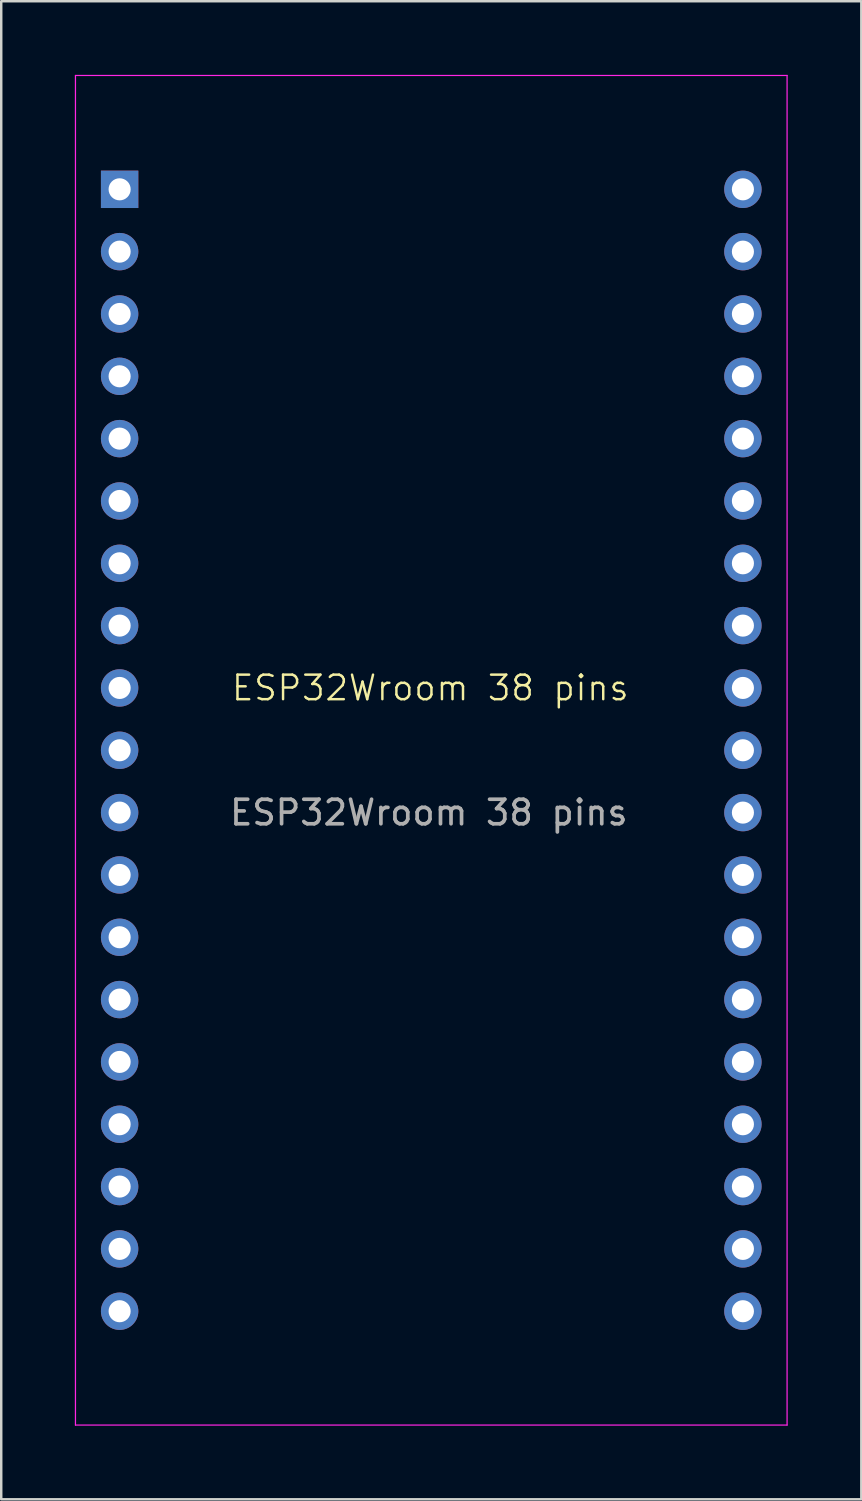
<source format=kicad_pcb>
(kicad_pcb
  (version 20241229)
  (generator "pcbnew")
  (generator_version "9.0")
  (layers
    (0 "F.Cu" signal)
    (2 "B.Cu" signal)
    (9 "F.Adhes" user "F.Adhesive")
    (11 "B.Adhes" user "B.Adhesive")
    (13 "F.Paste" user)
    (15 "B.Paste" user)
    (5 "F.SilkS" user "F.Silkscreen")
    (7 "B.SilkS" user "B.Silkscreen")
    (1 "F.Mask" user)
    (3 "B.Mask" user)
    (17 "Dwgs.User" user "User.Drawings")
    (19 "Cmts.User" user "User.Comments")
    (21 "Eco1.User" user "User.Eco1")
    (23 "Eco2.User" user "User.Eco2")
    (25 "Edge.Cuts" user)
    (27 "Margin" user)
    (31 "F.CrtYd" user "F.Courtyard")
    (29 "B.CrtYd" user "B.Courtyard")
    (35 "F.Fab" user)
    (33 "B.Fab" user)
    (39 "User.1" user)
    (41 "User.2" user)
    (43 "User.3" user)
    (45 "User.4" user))
  (footprint "ESP32Wroom 38 pins"
    (layer "F.Cu")
    (at 14.525 50.385)
    (property "Reference" "ESP32Wroom 38 pins" (at -0.04 -25.4 0) (unlocked yes) (layer "F.SilkS") (effects (font (size 1 1) (thickness 0.1))))
    (attr through_hole)
    (fp_line (start -14.5 -50.36) (end -14.5 4.64) (stroke (width 0.05) (type default)) (layer "F.CrtYd"))
    (fp_line (start -14.5 -50.36) (end 14.5 -50.36) (stroke (width 0.05) (type default)) (layer "F.CrtYd"))
    (fp_line (start 14.5 -50.36) (end 14.5 4.64) (stroke (width 0.05) (type default)) (layer "F.CrtYd"))
    (fp_line (start 14.5 4.64) (end -14.5 4.64) (stroke (width 0.05) (type default)) (layer "F.CrtYd"))
    (fp_text user "${REFERENCE}" (at -0.1 -20.32 0) (unlocked yes) (layer "F.Fab") (effects (font (size 1 1) (thickness 0.15))))
    (pad "1" thru_hole rect (at -12.7 -45.72) (size 1.524 1.524) (drill 0.9) (layers "*.Cu" "*.Mask"))
    (pad "2" thru_hole circle (at -12.7 -43.18) (size 1.524 1.524) (drill 0.9) (layers "*.Cu" "*.Mask"))
    (pad "3" thru_hole circle (at -12.7 -40.64) (size 1.524 1.524) (drill 0.9) (layers "*.Cu" "*.Mask"))
    (pad "4" thru_hole circle (at -12.7 -38.1) (size 1.524 1.524) (drill 0.9) (layers "*.Cu" "*.Mask"))
    (pad "5" thru_hole circle (at -12.7 -35.56) (size 1.524 1.524) (drill 0.9) (layers "*.Cu" "*.Mask"))
    (pad "6" thru_hole circle (at -12.7 -33.02) (size 1.524 1.524) (drill 0.9) (layers "*.Cu" "*.Mask"))
    (pad "7" thru_hole circle (at -12.7 -30.48) (size 1.524 1.524) (drill 0.9) (layers "*.Cu" "*.Mask"))
    (pad "8" thru_hole circle (at -12.7 -27.94) (size 1.524 1.524) (drill 0.9) (layers "*.Cu" "*.Mask"))
    (pad "9" thru_hole circle (at -12.7 -25.4) (size 1.524 1.524) (drill 0.9) (layers "*.Cu" "*.Mask"))
    (pad "10" thru_hole circle (at -12.7 -22.86) (size 1.524 1.524) (drill 0.9) (layers "*.Cu" "*.Mask"))
    (pad "11" thru_hole circle (at -12.7 -20.32) (size 1.524 1.524) (drill 0.9) (layers "*.Cu" "*.Mask"))
    (pad "12" thru_hole circle (at -12.7 -17.78) (size 1.524 1.524) (drill 0.9) (layers "*.Cu" "*.Mask"))
    (pad "13" thru_hole circle (at -12.7 -15.24) (size 1.524 1.524) (drill 0.9) (layers "*.Cu" "*.Mask"))
    (pad "14" thru_hole circle (at -12.7 -12.7) (size 1.524 1.524) (drill 0.9) (layers "*.Cu" "*.Mask"))
    (pad "15" thru_hole circle (at -12.7 -10.16) (size 1.524 1.524) (drill 0.9) (layers "*.Cu" "*.Mask"))
    (pad "16" thru_hole circle (at -12.7 -7.62) (size 1.524 1.524) (drill 0.9) (layers "*.Cu" "*.Mask"))
    (pad "17" thru_hole circle (at -12.7 -5.08) (size 1.524 1.524) (drill 0.9) (layers "*.Cu" "*.Mask"))
    (pad "18" thru_hole circle (at -12.7 -2.54) (size 1.524 1.524) (drill 0.9) (layers "*.Cu" "*.Mask"))
    (pad "19" thru_hole circle (at -12.7 0) (size 1.524 1.524) (drill 0.9) (layers "*.Cu" "*.Mask"))
    (pad "20" thru_hole circle (at 12.7 0) (size 1.524 1.524) (drill 0.9) (layers "*.Cu" "*.Mask"))
    (pad "21" thru_hole circle (at 12.7 -2.54) (size 1.524 1.524) (drill 0.9) (layers "*.Cu" "*.Mask"))
    (pad "22" thru_hole circle (at 12.7 -5.08) (size 1.524 1.524) (drill 0.9) (layers "*.Cu" "*.Mask"))
    (pad "23" thru_hole circle (at 12.7 -7.62) (size 1.524 1.524) (drill 0.9) (layers "*.Cu" "*.Mask"))
    (pad "24" thru_hole circle (at 12.7 -10.16) (size 1.524 1.524) (drill 0.9) (layers "*.Cu" "*.Mask"))
    (pad "25" thru_hole circle (at 12.7 -12.7) (size 1.524 1.524) (drill 0.9) (layers "*.Cu" "*.Mask"))
    (pad "26" thru_hole circle (at 12.7 -15.24) (size 1.524 1.524) (drill 0.9) (layers "*.Cu" "*.Mask"))
    (pad "27" thru_hole circle (at 12.7 -17.78) (size 1.524 1.524) (drill 0.9) (layers "*.Cu" "*.Mask"))
    (pad "28" thru_hole circle (at 12.7 -20.32) (size 1.524 1.524) (drill 0.9) (layers "*.Cu" "*.Mask"))
    (pad "29" thru_hole circle (at 12.7 -22.86) (size 1.524 1.524) (drill 0.9) (layers "*.Cu" "*.Mask"))
    (pad "30" thru_hole circle (at 12.7 -25.4) (size 1.524 1.524) (drill 0.9) (layers "*.Cu" "*.Mask"))
    (pad "31" thru_hole circle (at 12.7 -27.94) (size 1.524 1.524) (drill 0.9) (layers "*.Cu" "*.Mask"))
    (pad "32" thru_hole circle (at 12.7 -30.48) (size 1.524 1.524) (drill 0.9) (layers "*.Cu" "*.Mask"))
    (pad "33" thru_hole circle (at 12.7 -33.02) (size 1.524 1.524) (drill 0.9) (layers "*.Cu" "*.Mask"))
    (pad "34" thru_hole circle (at 12.7 -35.56) (size 1.524 1.524) (drill 0.9) (layers "*.Cu" "*.Mask"))
    (pad "35" thru_hole circle (at 12.7 -38.1) (size 1.524 1.524) (drill 0.9) (layers "*.Cu" "*.Mask"))
    (pad "36" thru_hole circle (at 12.7 -40.64) (size 1.524 1.524) (drill 0.9) (layers "*.Cu" "*.Mask"))
    (pad "37" thru_hole circle (at 12.7 -43.18) (size 1.524 1.524) (drill 0.9) (layers "*.Cu" "*.Mask"))
    (pad "38" thru_hole circle (at 12.7 -45.72) (size 1.524 1.524) (drill 0.9) (layers "*.Cu" "*.Mask"))
    (zone (net_name "") (layer "F.CrtYd") (hatch edge 0.5) (connect_pads) (min_thickness 0.25) (filled_areas_thickness no) (keepout (tracks not_allowed) (vias not_allowed) (pads not_allowed) (copperpour allowed) (footprints allowed)) (placement (enabled no)) (fill) (polygon (pts (xy 3.555 0.023) (xy 3.555 7.205) (xy 25.465 7.205) (xy 25.465 0.163)))))
  (gr_rect
    (start -3 -3)
    (end 32.05 58.05)
    (stroke (width 0.1) (type default))
    (fill no)
    (layer "Edge.Cuts")))
</source>
